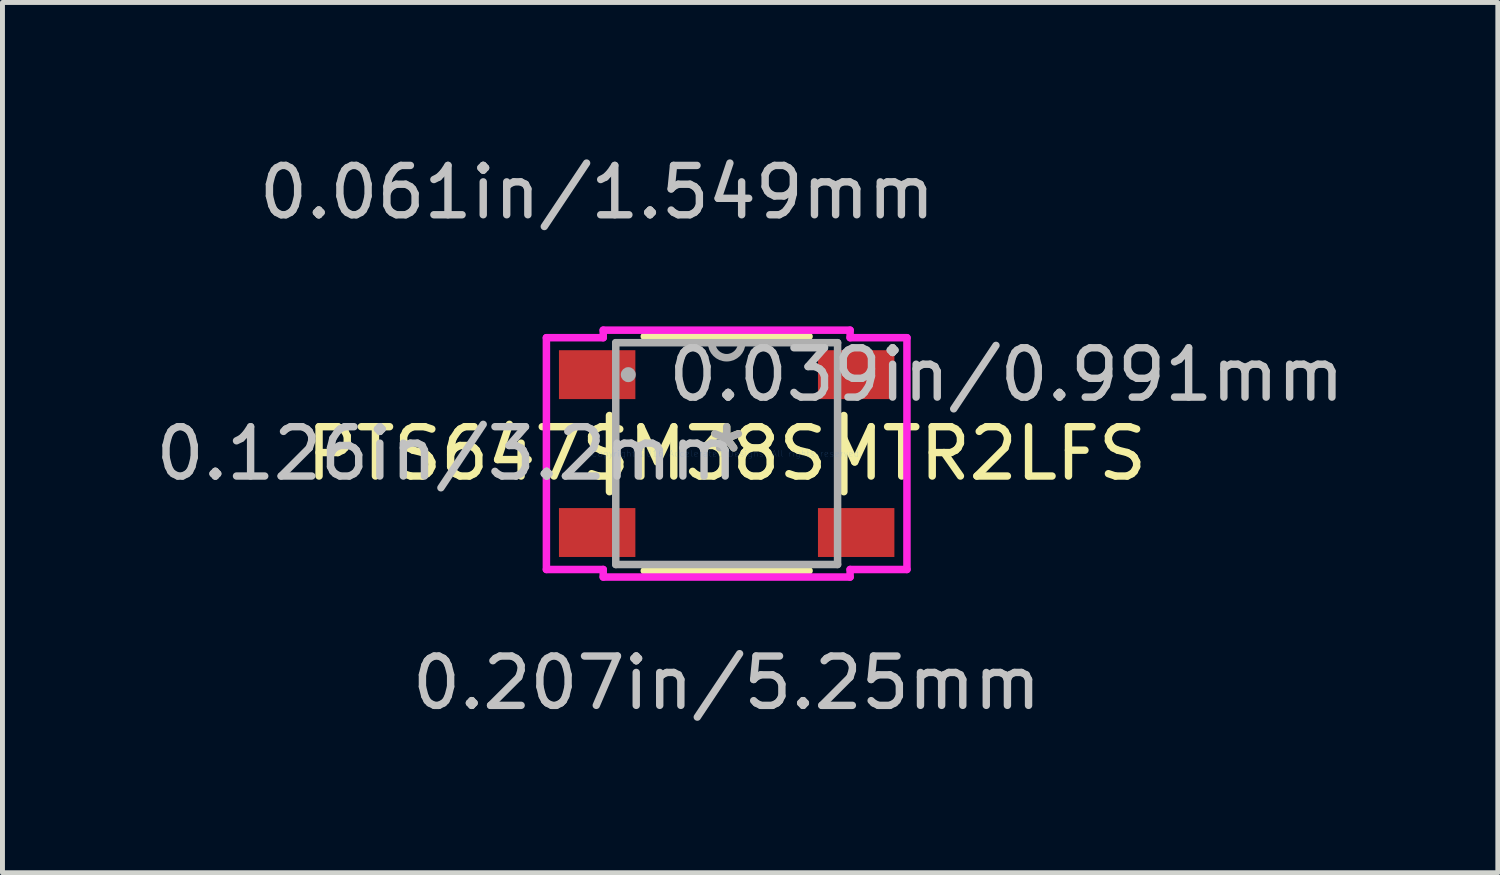
<source format=kicad_pcb>
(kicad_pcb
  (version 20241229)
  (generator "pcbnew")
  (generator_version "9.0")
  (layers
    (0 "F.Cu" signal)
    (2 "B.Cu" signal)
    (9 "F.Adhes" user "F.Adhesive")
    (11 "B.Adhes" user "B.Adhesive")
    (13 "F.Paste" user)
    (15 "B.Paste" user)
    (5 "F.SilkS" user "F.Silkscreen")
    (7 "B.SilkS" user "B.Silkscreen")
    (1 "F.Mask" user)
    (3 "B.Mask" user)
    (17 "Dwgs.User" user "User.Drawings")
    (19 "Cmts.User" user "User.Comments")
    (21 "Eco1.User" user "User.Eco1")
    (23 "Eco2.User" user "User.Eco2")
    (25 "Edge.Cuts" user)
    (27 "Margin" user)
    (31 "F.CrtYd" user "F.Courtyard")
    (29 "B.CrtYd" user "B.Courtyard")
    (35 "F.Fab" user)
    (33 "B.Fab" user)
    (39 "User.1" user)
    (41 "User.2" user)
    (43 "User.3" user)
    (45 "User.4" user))
  (footprint "PTS647SM38SMTR2LFS"
    (layer "F.Cu")
    (at 11.679 6.144)
    (property "Reference" "PTS647SM38SMTR2LFS" (at 0 0 0) (layer "F.SilkS") (effects (font (size 1 1) (thickness 0.15))))
    (attr through_hole)
    (fp_line (start -2.375 -0.772) (end -2.375 0.772) (stroke (width 0.152) (type solid)) (layer "F.SilkS"))
    (fp_line (start -1.67 2.375) (end 1.67 2.375) (stroke (width 0.152) (type solid)) (layer "F.SilkS"))
    (fp_line (start 1.67 -2.375) (end -1.67 -2.375) (stroke (width 0.152) (type solid)) (layer "F.SilkS"))
    (fp_line (start 2.375 0.772) (end 2.375 -0.772) (stroke (width 0.152) (type solid)) (layer "F.SilkS"))
    (fp_line (start -3.654 -2.349) (end -2.502 -2.349) (stroke (width 0.152) (type solid)) (layer "F.CrtYd"))
    (fp_line (start -3.654 2.349) (end -3.654 -2.349) (stroke (width 0.152) (type solid)) (layer "F.CrtYd"))
    (fp_line (start -2.502 -2.502) (end 2.502 -2.502) (stroke (width 0.152) (type solid)) (layer "F.CrtYd"))
    (fp_line (start -2.502 -2.349) (end -2.502 -2.502) (stroke (width 0.152) (type solid)) (layer "F.CrtYd"))
    (fp_line (start -2.502 2.349) (end -3.654 2.349) (stroke (width 0.152) (type solid)) (layer "F.CrtYd"))
    (fp_line (start -2.502 2.502) (end -2.502 2.349) (stroke (width 0.152) (type solid)) (layer "F.CrtYd"))
    (fp_line (start 2.502 -2.502) (end 2.502 -2.349) (stroke (width 0.152) (type solid)) (layer "F.CrtYd"))
    (fp_line (start 2.502 -2.349) (end 3.654 -2.349) (stroke (width 0.152) (type solid)) (layer "F.CrtYd"))
    (fp_line (start 2.502 2.349) (end 2.502 2.502) (stroke (width 0.152) (type solid)) (layer "F.CrtYd"))
    (fp_line (start 2.502 2.502) (end -2.502 2.502) (stroke (width 0.152) (type solid)) (layer "F.CrtYd"))
    (fp_line (start 3.654 -2.349) (end 3.654 2.349) (stroke (width 0.152) (type solid)) (layer "F.CrtYd"))
    (fp_line (start 3.654 2.349) (end 2.502 2.349) (stroke (width 0.152) (type solid)) (layer "F.CrtYd"))
    (fp_line (start -2.248 -2.248) (end -2.248 2.248) (stroke (width 0.152) (type solid)) (layer "F.Fab"))
    (fp_line (start -2.248 2.248) (end 2.248 2.248) (stroke (width 0.152) (type solid)) (layer "F.Fab"))
    (fp_line (start 2.248 -2.248) (end -2.248 -2.248) (stroke (width 0.152) (type solid)) (layer "F.Fab"))
    (fp_line (start 2.248 2.248) (end 2.248 -2.248) (stroke (width 0.152) (type solid)) (layer "F.Fab"))
    (fp_arc (start 0.3048 -2.2479) (mid 0 -1.9431) (end -0.3048 -2.2479) (stroke (width 0.1524) (type solid)) (layer "F.Fab"))
    (fp_circle (center -1.994 -1.6) (end -1.994 -1.6) (stroke (width 0.152) (type solid)) (fill no) (layer "F.Fab"))
    (fp_text user "*" (at 0 0 0) (layer "F.SilkS") (effects (font (size 1 1) (thickness 0.15))))
    (fp_text user "0.207in/5.25mm" (at 0 4.648 0) (layer "Dwgs.User") (effects (font (size 1 1) (thickness 0.15))))
    (fp_text user "0.061in/1.549mm" (at -2.625 -5.296 0) (layer "Dwgs.User") (effects (font (size 1 1) (thickness 0.15))))
    (fp_text user "0.126in/3.2mm" (at -5.673 0 0) (layer "Dwgs.User") (effects (font (size 1 1) (thickness 0.15))))
    (fp_text user "0.039in/0.991mm" (at 5.673 -1.6 0) (layer "Dwgs.User") (effects (font (size 1 1) (thickness 0.15))))
    (fp_text user "Copyright 2016 Accelerated Designs. All rights reserved." (at 0 0 0) (layer "Cmts.User") (effects (font (size 0.127 0.127) (thickness 0.002))))
    (fp_text user "*" (at 0 0 0) (layer "F.Fab") (effects (font (size 1 1) (thickness 0.15))))
    (pad "1" smd rect (at -2.625 -1.6) (size 1.549 0.991) (layers "F.Cu" "F.Mask" "F.Paste"))
    (pad "2" smd rect (at 2.625 -1.6) (size 1.549 0.991) (layers "F.Cu" "F.Mask" "F.Paste"))
    (pad "3" smd rect (at -2.625 1.6) (size 1.549 0.991) (layers "F.Cu" "F.Mask" "F.Paste"))
    (pad "4" smd rect (at 2.625 1.6) (size 1.549 0.991) (layers "F.Cu" "F.Mask" "F.Paste")))
  (gr_rect
    (start -3 -3)
    (end 27.31 14.64)
    (stroke (width 0.1) (type default))
    (fill no)
    (layer "Edge.Cuts")))
</source>
